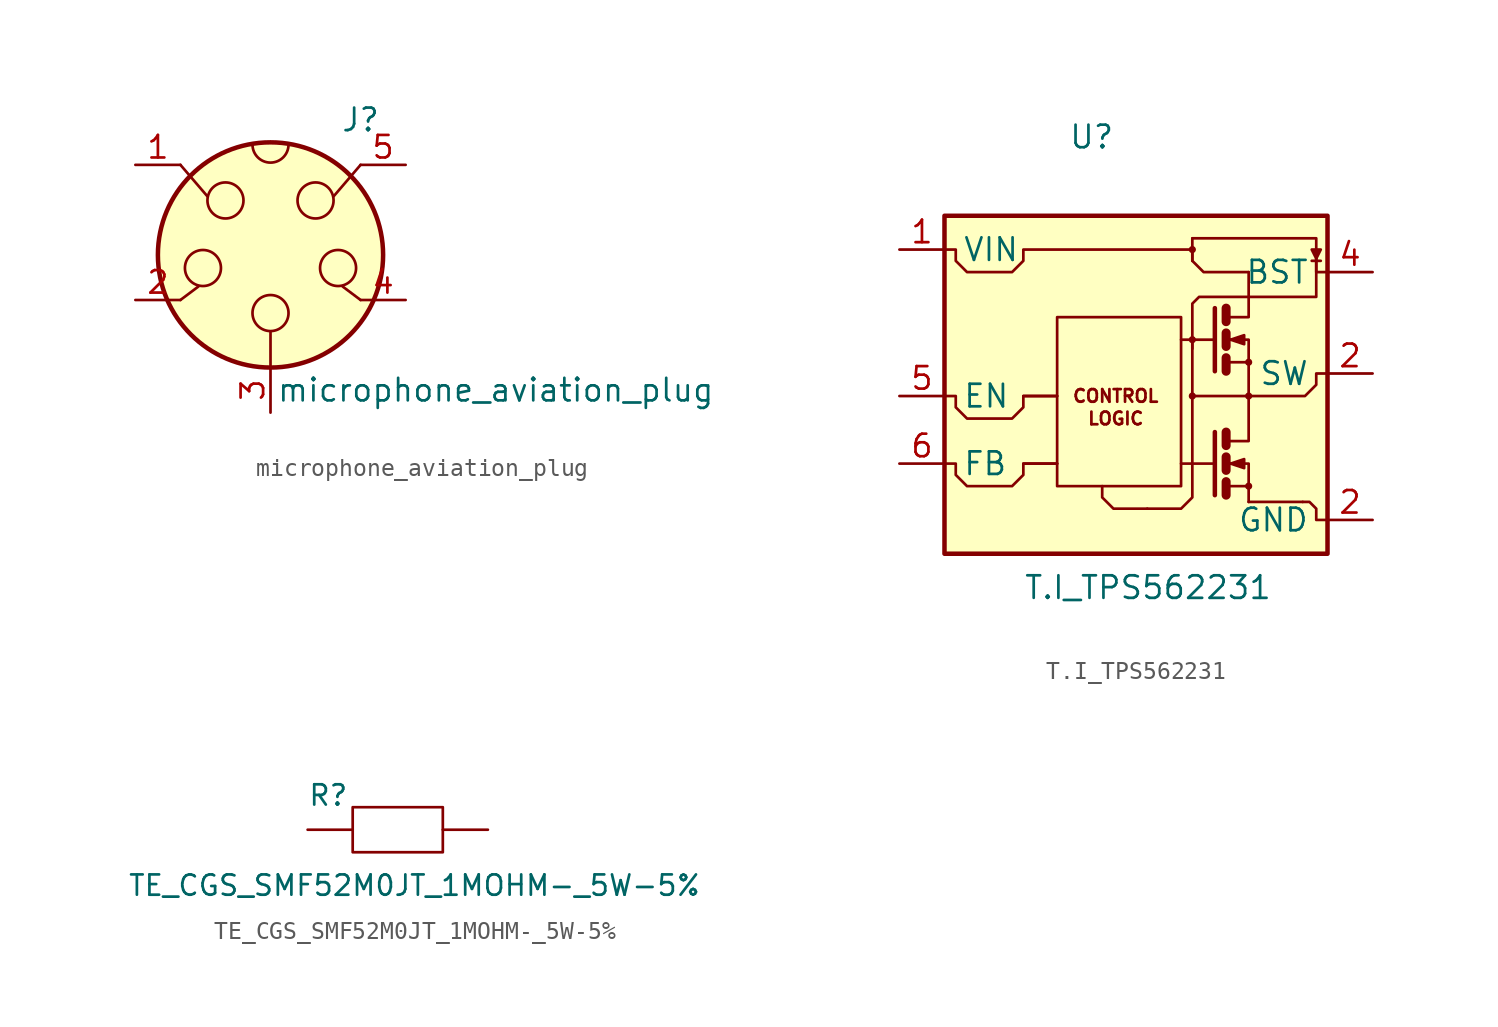
<source format=kicad_sym>
(kicad_symbol_lib
  (version 20211014)
  (generator kicad_symbol_editor)
  (symbol "microphone_aviation_plug"
    (pin_names
      (offset 1.016) hide)
    (property "Reference" "J"
      (at 5.08 7.62 0)
      (effects (font (size 1.27 1.27))))
    (property "Value" "microphone_aviation_plug"
      (at 12.7 -7.62 0)
      (effects (font (size 1.27 1.27))))
    (symbol "microphone_aviation_plug_0_1"
      (circle (center -3.81 -0.737) (radius 1.016) (stroke (width 0) (type default) (color 0 0 0 0)) (fill (type none)))
      (circle (center -2.54 3.073) (radius 1.016) (stroke (width 0) (type default) (color 0 0 0 0)) (fill (type none)))
      (arc (start -1.016 6.223) (mid 0 5.207) (end 1.016 6.223) (stroke (width 0) (type default) (color 0 0 0 0)) (fill (type none)))
      (circle (center 0 -3.277) (radius 1.016) (stroke (width 0) (type default) (color 0 0 0 0)) (fill (type none)))
      (polyline (pts (xy -5.08 -2.54) (xy -4.064 -1.778)) (stroke (width 0) (type default) (color 0 0 0 0)) (fill (type none)))
      (polyline (pts (xy -5.08 5.08) (xy -3.556 3.302)) (stroke (width 0) (type default) (color 0 0 0 0)) (fill (type none)))
      (polyline (pts (xy 0 -6.35) (xy 0 -4.318)) (stroke (width 0) (type default) (color 0 0 0 0)) (fill (type none)))
      (polyline (pts (xy 5.08 -2.54) (xy 4.064 -1.778)) (stroke (width 0) (type default) (color 0 0 0 0)) (fill (type none)))
      (polyline (pts (xy 5.08 5.08) (xy 3.556 3.302)) (stroke (width 0) (type default) (color 0 0 0 0)) (fill (type none)))
      (circle (center 0 0) (radius 6.35) (stroke (width 0.254) (type default) (color 0 0 0 0)) (fill (type background)))
      (circle (center 2.54 3.073) (radius 1.016) (stroke (width 0) (type default) (color 0 0 0 0)) (fill (type none)))
      (circle (center 3.81 -0.737) (radius 1.016) (stroke (width 0) (type default) (color 0 0 0 0)) (fill (type none))))
    (symbol "microphone_aviation_plug_1_1"
      (pin passive line (at -7.62 5.08 0) (length 2.54) (name "~" (effects (font (size 1.27 1.27)))) (number "1" (effects (font (size 1.27 1.27)))))
      (pin passive line (at -7.62 -2.54 0) (length 2.54) (name "~" (effects (font (size 1.27 1.27)))) (number "2" (effects (font (size 1.27 1.27)))))
      (pin passive line (at 0 -8.89 90) (length 2.54) (name "~" (effects (font (size 1.27 1.27)))) (number "3" (effects (font (size 1.27 1.27)))))
      (pin passive line (at 7.62 -2.54 180) (length 2.54) (name "~" (effects (font (size 1.27 1.27)))) (number "4" (effects (font (size 1.27 1.27)))))
      (pin passive line (at 7.62 5.08 180) (length 2.54) (name "~" (effects (font (size 1.27 1.27)))) (number "5" (effects (font (size 1.27 1.27)))))))
  (symbol "T.I_TPS562231"
    (pin_names
      (offset 1.016))
    (property "Reference" "U"
      (at -3.175 17.145 0)
      (effects (font (size 1.27 1.27)) (justify left)))
    (property "Value" "T.I_TPS562231"
      (at -5.715 -8.255 0)
      (effects (font (size 1.27 1.27)) (justify left)))
    (symbol "T.I_TPS562231_0_0"
      (rectangle (start -10.16 12.7) (end 11.43 -6.35) (stroke (width 0.254) (type default) (color 0 0 0 0)) (fill (type background)))
      (rectangle (start -3.81 6.985) (end 3.175 -2.54) (stroke (width 0) (type default) (color 0 0 0 0)) (fill (type none)))
      (polyline (pts (xy -5.715 -1.27) (xy -3.81 -1.27)) (stroke (width 0) (type default) (color 0 0 0 0)) (fill (type none)))
      (polyline (pts (xy -3.81 2.54) (xy -5.715 2.54)) (stroke (width 0) (type default) (color 0 0 0 0)) (fill (type none)))
      (polyline (pts (xy 3.175 -1.27) (xy 5.08 -1.27)) (stroke (width 0) (type default) (color 0 0 0 0)) (fill (type none)))
      (polyline (pts (xy 5.08 0.508) (xy 5.08 -3.048)) (stroke (width 0.254) (type default) (color 0 0 0 0)) (fill (type none)))
      (polyline (pts (xy 5.715 -2.54) (xy 6.985 -2.54)) (stroke (width 0) (type default) (color 0 0 0 0)) (fill (type none)))
      (polyline (pts (xy 5.715 -2.286) (xy 5.715 -3.048)) (stroke (width 0.508) (type default) (color 0 0 0 0)) (fill (type none)))
      (polyline (pts (xy 5.715 -0.889) (xy 5.715 -1.651)) (stroke (width 0.508) (type default) (color 0 0 0 0)) (fill (type none)))
      (polyline (pts (xy 5.715 0.508) (xy 5.715 -0.254)) (stroke (width 0.508) (type default) (color 0 0 0 0)) (fill (type none)))
      (polyline (pts (xy 5.715 0) (xy 6.985 0) (xy 6.985 2.54)) (stroke (width 0) (type default) (color 0 0 0 0)) (fill (type none)))
      (polyline (pts (xy 5.969 -1.27) (xy 6.731 -1.016) (xy 6.731 -1.524) (xy 5.969 -1.27)) (stroke (width 0) (type default) (color 0 0 0 0)) (fill (type outline)))
      (polyline (pts (xy 6.985 -3.175) (xy 6.985 -3.429) (xy 6.985 -1.27) (xy 5.715 -1.27)) (stroke (width 0) (type default) (color 0 0 0 0)) (fill (type none)))
      (circle (center 6.985 -2.54) (radius 0.127) (stroke (width 0) (type default) (color 0 0 0 0)) (fill (type none)))
      (text "CONTROL" (at -0.508 2.54 0) (effects (font (size 0.711 0.711)))))
    (symbol "T.I_TPS562231_0_1"
      (polyline (pts (xy 6.985 -3.429) (xy 10.033 -3.429)) (stroke (width 0) (type default) (color 0 0 0 0)) (fill (type none)))
      (polyline (pts (xy 11.049 10.16) (xy 10.541 10.16)) (stroke (width 0) (type default) (color 0 0 0 0)) (fill (type none)))
      (polyline (pts (xy 3.81 5.715) (xy 3.81 2.54) (xy 6.985 2.54)) (stroke (width 0) (type default) (color 0 0 0 0)) (fill (type none)))
      (polyline (pts (xy 1.27 -3.81) (xy -0.635 -3.81) (xy -1.27 -3.175) (xy -1.27 -2.54)) (stroke (width 0) (type default) (color 0 0 0 0)) (fill (type none)))
      (polyline (pts (xy 3.81 11.43) (xy 3.81 10.16) (xy 4.445 9.525) (xy 6.985 9.525)) (stroke (width 0) (type default) (color 0 0 0 0)) (fill (type none)))
      (polyline (pts (xy 3.81 2.54) (xy 3.81 -2.54) (xy 3.81 -3.175) (xy 3.175 -3.81) (xy 1.27 -3.81)) (stroke (width 0) (type default) (color 0 0 0 0)) (fill (type none)))
      (polyline (pts (xy 10.033 -3.429) (xy 10.414 -3.429) (xy 10.795 -3.81) (xy 10.795 -4.445) (xy 11.43 -4.445)) (stroke (width 0) (type default) (color 0 0 0 0)) (fill (type none)))
      (polyline (pts (xy 11.43 3.81) (xy 10.795 3.81) (xy 10.795 3.175) (xy 10.16 2.54) (xy 6.985 2.54)) (stroke (width 0) (type default) (color 0 0 0 0)) (fill (type none)))
      (polyline (pts (xy 11.43 9.017) (xy 11.43 9.525) (xy 11.049 9.525) (xy 10.795 9.525) (xy 10.795 10.287)) (stroke (width 0) (type default) (color 0 0 0 0)) (fill (type none)))
      (polyline (pts (xy 10.795 10.287) (xy 10.795 9.144) (xy 10.795 8.128) (xy 9.017 8.128) (xy 4.191 8.128) (xy 3.81 7.747) (xy 3.81 5.207)) (stroke (width 0) (type default) (color 0 0 0 0)) (fill (type none))))
    (symbol "T.I_TPS562231_1_1"
      (polyline (pts (xy 3.175 5.715) (xy 5.08 5.715)) (stroke (width 0) (type default) (color 0 0 0 0)) (fill (type none)))
      (polyline (pts (xy 5.08 7.493) (xy 5.08 3.937)) (stroke (width 0.254) (type default) (color 0 0 0 0)) (fill (type none)))
      (polyline (pts (xy 5.715 4.445) (xy 6.985 4.445)) (stroke (width 0) (type default) (color 0 0 0 0)) (fill (type none)))
      (polyline (pts (xy 5.715 4.699) (xy 5.715 3.937)) (stroke (width 0.508) (type default) (color 0 0 0 0)) (fill (type none)))
      (polyline (pts (xy 5.715 6.096) (xy 5.715 5.334)) (stroke (width 0.508) (type default) (color 0 0 0 0)) (fill (type none)))
      (polyline (pts (xy 5.715 7.493) (xy 5.715 6.731)) (stroke (width 0.508) (type default) (color 0 0 0 0)) (fill (type none)))
      (polyline (pts (xy 5.715 6.985) (xy 6.985 6.985) (xy 6.985 9.525)) (stroke (width 0) (type default) (color 0 0 0 0)) (fill (type none)))
      (polyline (pts (xy 5.969 5.715) (xy 6.731 5.969) (xy 6.731 5.461) (xy 5.969 5.715)) (stroke (width 0) (type default) (color 0 0 0 0)) (fill (type outline)))
      (polyline (pts (xy 6.985 3.81) (xy 6.985 2.54) (xy 6.985 5.715) (xy 5.715 5.715)) (stroke (width 0) (type default) (color 0 0 0 0)) (fill (type none)))
      (polyline (pts (xy 3.81 11.43) (xy 7.366 11.43) (xy 8.89 11.43) (xy 10.795 11.43) (xy 10.795 10.795)) (stroke (width 0) (type default) (color 0 0 0 0)) (fill (type none)))
      (polyline (pts (xy 10.795 10.287) (xy 11.049 10.795) (xy 10.795 10.795) (xy 10.541 10.795) (xy 10.795 10.287)) (stroke (width 0) (type default) (color 0 0 0 0)) (fill (type outline)))
      (polyline (pts (xy -10.16 -1.27) (xy -9.525 -1.27) (xy -9.525 -1.905) (xy -8.89 -2.54) (xy -6.35 -2.54) (xy -5.715 -1.905) (xy -5.715 -1.27) (xy -3.81 -1.27)) (stroke (width 0) (type default) (color 0 0 0 0)) (fill (type none)))
      (polyline (pts (xy -10.16 2.54) (xy -9.525 2.54) (xy -9.525 1.905) (xy -8.89 1.27) (xy -6.35 1.27) (xy -5.715 1.905) (xy -5.715 2.54) (xy -3.81 2.54)) (stroke (width 0) (type default) (color 0 0 0 0)) (fill (type none)))
      (polyline (pts (xy -10.16 10.795) (xy -9.525 10.795) (xy -9.525 10.16) (xy -8.89 9.525) (xy -6.35 9.525) (xy -5.715 10.16) (xy -5.715 10.795) (xy 3.81 10.795) (xy 3.81 10.16)) (stroke (width 0) (type default) (color 0 0 0 0)) (fill (type none)))
      (circle (center 3.81 2.54) (radius 0.127) (stroke (width 0) (type default) (color 0 0 0 0)) (fill (type outline)))
      (circle (center 3.81 5.715) (radius 0.127) (stroke (width 0) (type default) (color 0 0 0 0)) (fill (type outline)))
      (circle (center 3.81 10.795) (radius 0.127) (stroke (width 0) (type default) (color 0 0 0 0)) (fill (type outline)))
      (circle (center 6.985 2.54) (radius 0.127) (stroke (width 0) (type default) (color 0 0 0 0)) (fill (type outline)))
      (circle (center 6.985 4.445) (radius 0.127) (stroke (width 0) (type default) (color 0 0 0 0)) (fill (type none)))
      (text "LOGIC" (at -0.508 1.27 0) (effects (font (size 0.711 0.711))))
      (pin power_in line (at -12.7 10.795 0) (length 2.54) (name "VIN" (effects (font (size 1.27 1.27)))) (number "1" (effects (font (size 1.27 1.27)))))
      (pin power_in line (at 13.97 -4.445 180) (length 2.54) (name "GND" (effects (font (size 1.27 1.27)))) (number "2" (effects (font (size 1.27 1.27)))))
      (pin output line (at 13.97 3.81 180) (length 2.54) (name "SW" (effects (font (size 1.27 1.27)))) (number "2" (effects (font (size 1.27 1.27)))))
      (pin output line (at 13.97 9.525 180) (length 2.54) (name "BST" (effects (font (size 1.27 1.27)))) (number "4" (effects (font (size 1.27 1.27)))))
      (pin input line (at -12.7 2.54 0) (length 2.54) (name "EN" (effects (font (size 1.27 1.27)))) (number "5" (effects (font (size 1.27 1.27)))))
      (pin input line (at -12.7 -1.27 0) (length 2.54) (name "FB" (effects (font (size 1.27 1.27)))) (number "6" (effects (font (size 1.27 1.27)))))))
  (symbol "TE_CGS_SMF52M0JT_1MOHM-_5W-5%"
    (pin_numbers hide)
    (pin_names
      (offset 1.016) hide)
    (property "Reference" "R"
      (at -5.08 1.27 0)
      (effects (font (size 1.143 1.143)) (justify left bottom)))
    (property "Value" "TE_CGS_SMF52M0JT_1MOHM-_5W-5%"
      (at -15.24 -3.81 0)
      (effects (font (size 1.143 1.143)) (justify left bottom)))
    (symbol "TE_CGS_SMF52M0JT_1MOHM-_5W-5%_0_1"
      (rectangle (start -2.54 1.27) (end 2.54 -1.27) (stroke (width 0) (type default) (color 0 0 0 0)) (fill (type none))))
    (symbol "TE_CGS_SMF52M0JT_1MOHM-_5W-5%_1_1"
      (pin passive line (at -5.08 0 0) (length 2.54) (name "P1" (effects (font (size 1.016 1.016)))) (number "1" (effects (font (size 1.016 1.016)))))
      (pin passive line (at 5.08 0 180) (length 2.54) (name "P2" (effects (font (size 1.016 1.016)))) (number "2" (effects (font (size 1.016 1.016))))))))
</source>
